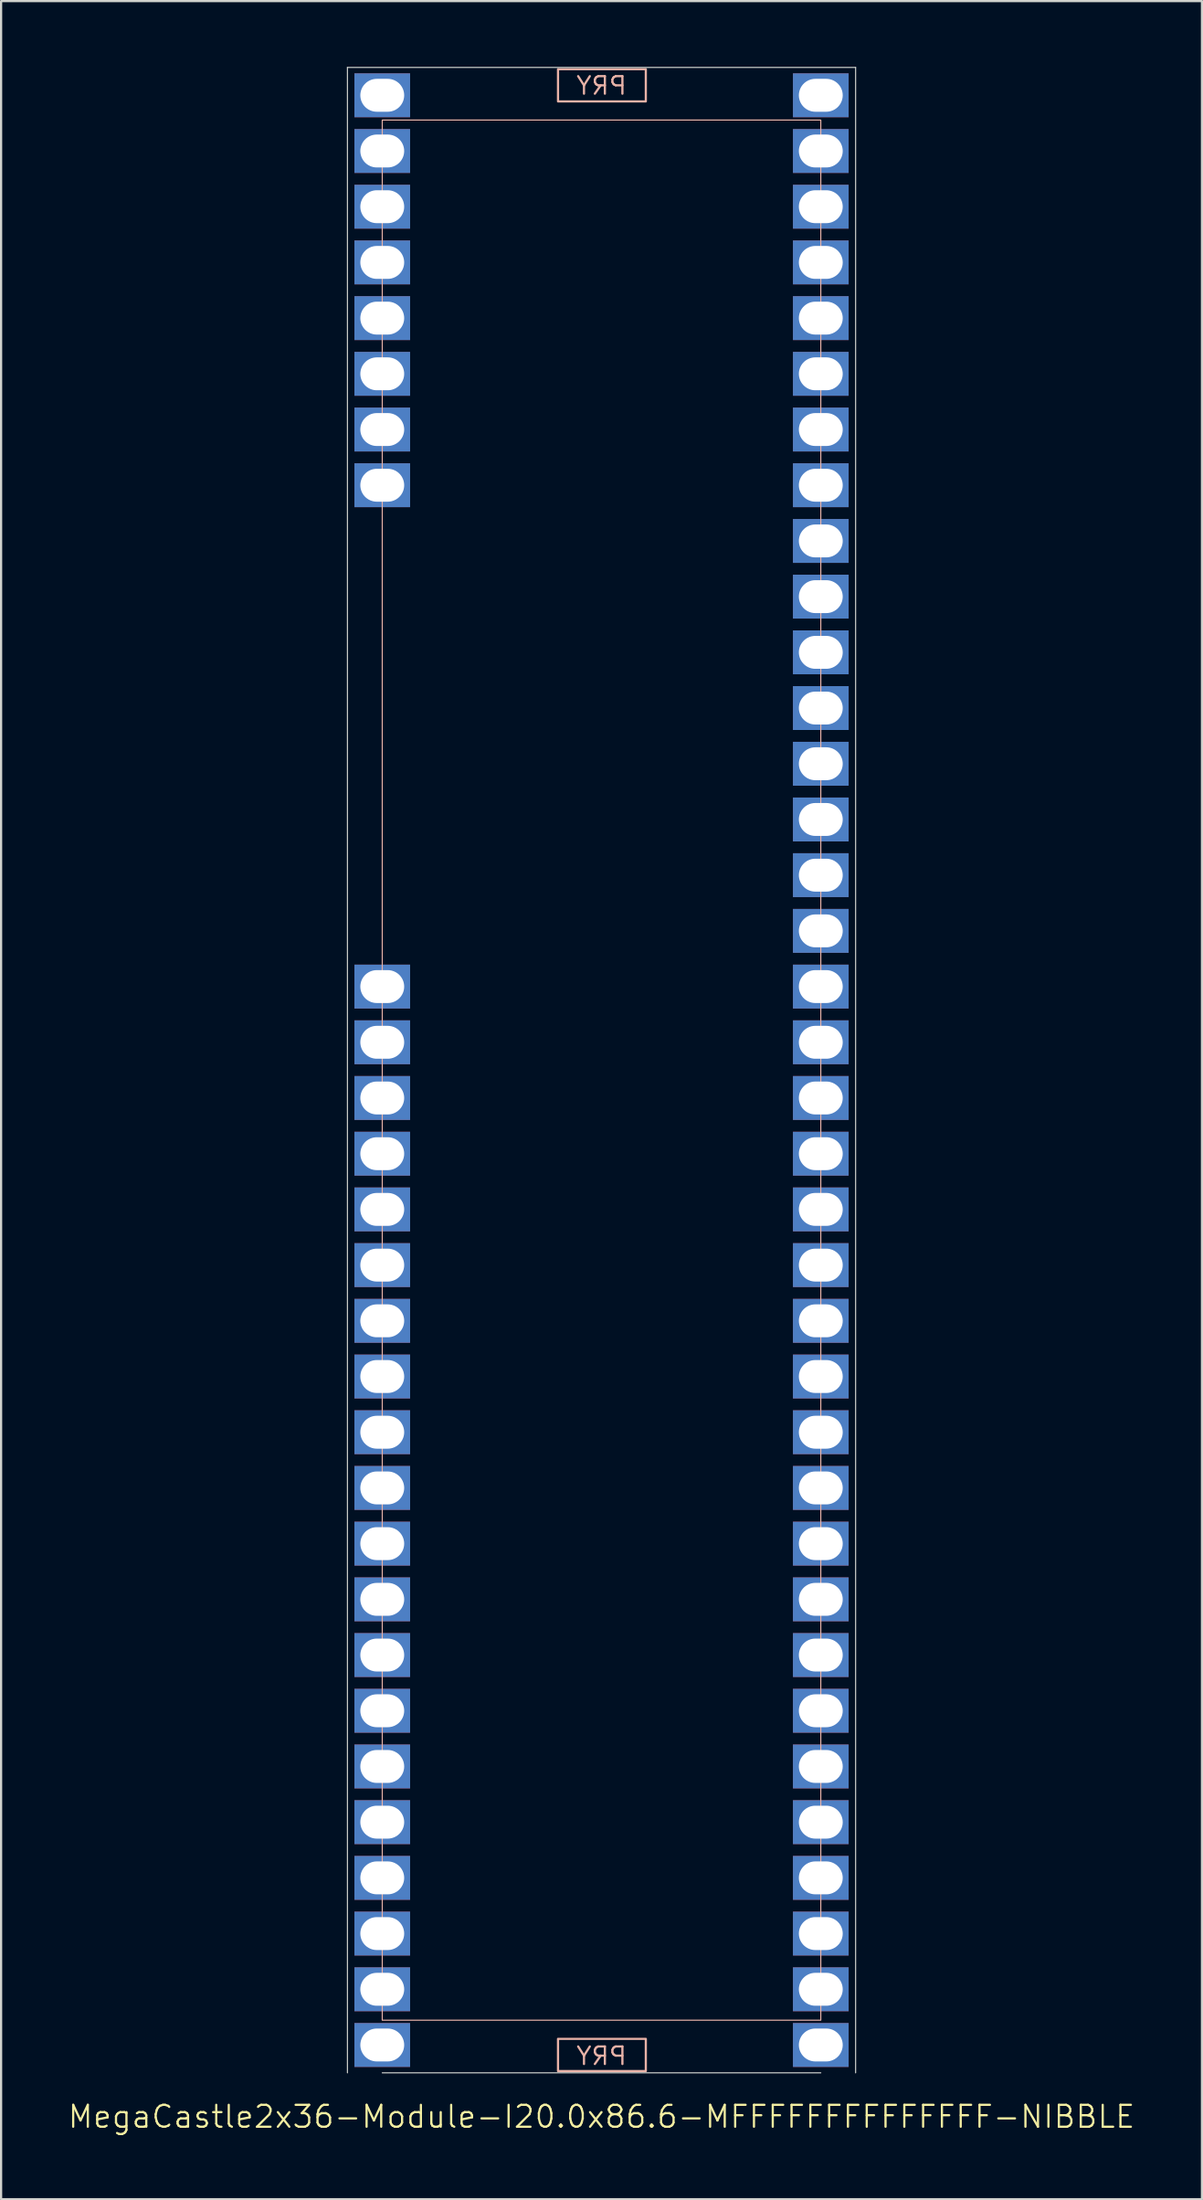
<source format=kicad_pcb>
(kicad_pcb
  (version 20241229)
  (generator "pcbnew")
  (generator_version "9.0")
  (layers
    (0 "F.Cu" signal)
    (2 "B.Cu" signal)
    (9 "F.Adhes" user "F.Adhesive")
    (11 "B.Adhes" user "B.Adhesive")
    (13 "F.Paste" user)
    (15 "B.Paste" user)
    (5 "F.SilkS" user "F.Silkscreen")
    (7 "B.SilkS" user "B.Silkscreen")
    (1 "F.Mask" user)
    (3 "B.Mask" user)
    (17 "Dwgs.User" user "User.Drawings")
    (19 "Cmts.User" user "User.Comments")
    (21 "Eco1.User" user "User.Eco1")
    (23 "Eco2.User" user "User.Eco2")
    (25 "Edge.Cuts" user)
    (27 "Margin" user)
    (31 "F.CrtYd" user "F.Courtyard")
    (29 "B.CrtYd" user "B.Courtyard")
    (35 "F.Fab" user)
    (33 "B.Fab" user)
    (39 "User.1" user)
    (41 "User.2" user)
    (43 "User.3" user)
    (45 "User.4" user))
  (footprint "MegaCastle2x36-Module-I20.0x86.6-MFFFFFFFFFFFFFF-NIBBLE"
    (layer "F.Cu")
    (at 24.383 45.745)
    (property "Reference" "MegaCastle2x36-Module-I20.0x86.6-MFFFFFFFFFFFFFF-NIBBLE" (at 0 47.72 0) (unlocked yes) (layer "F.SilkS") (effects (font (size 1 1) (thickness 0.1))))
    (attr smd)
    (fp_rect (start -10 43.32) (end 10 -43.32) (stroke (width 0.05) (type default)) (fill no) (layer "B.SilkS"))
    (fp_rect (start -1.984 -44.171) (end 2.02 -45.64) (stroke (width 0.1) (type default)) (fill no) (layer "B.SilkS"))
    (fp_rect (start -1.984 44.171) (end 2.02 45.64) (stroke (width 0.1) (type default)) (fill no) (layer "B.SilkS"))
    (fp_line (start -11.588 -45.72) (end -11.588 45.72) (stroke (width 0.05) (type default)) (layer "Edge.Cuts"))
    (fp_line (start -11.588 -45.72) (end 11.588 -45.72) (stroke (width 0.05) (type default)) (layer "Edge.Cuts"))
    (fp_line (start -10 45.72) (end 10 45.72) (stroke (width 0.05) (type default)) (layer "Edge.Cuts"))
    (fp_line (start 11.588 -45.72) (end 11.588 45.72) (stroke (width 0.05) (type default)) (layer "Edge.Cuts"))
    (fp_text user "PRY" (at 0 45.42 0) (unlocked yes) (layer "B.SilkS") (effects (font (size 0.8 0.8) (thickness 0.1)) (justify bottom mirror)))
    (fp_text user "PRY" (at 0 -44.42 0) (unlocked yes) (layer "B.SilkS") (effects (font (size 0.8 0.8) (thickness 0.1)) (justify bottom mirror)))
    (pad "1" thru_hole rect (at -10 -44.45) (size 2.54 2) (drill oval 2 1.5) (property pad_prop_castellated) (layers "*.Cu" "*.Mask"))
    (pad "2" thru_hole rect (at -10 -41.91) (size 2.54 2) (drill oval 2 1.5) (property pad_prop_castellated) (layers "*.Cu" "*.Mask"))
    (pad "3" thru_hole rect (at -10 -39.37) (size 2.54 2) (drill oval 2 1.5) (property pad_prop_castellated) (layers "*.Cu" "*.Mask"))
    (pad "4" thru_hole rect (at -10 -36.83) (size 2.54 2) (drill oval 2 1.5) (property pad_prop_castellated) (layers "*.Cu" "*.Mask"))
    (pad "5" thru_hole rect (at -10 -34.29) (size 2.54 2) (drill oval 2 1.5) (property pad_prop_castellated) (layers "*.Cu" "*.Mask"))
    (pad "6" thru_hole rect (at -10 -31.75) (size 2.54 2) (drill oval 2 1.5) (property pad_prop_castellated) (layers "*.Cu" "*.Mask"))
    (pad "7" thru_hole rect (at -10 -29.21) (size 2.54 2) (drill oval 2 1.5) (property pad_prop_castellated) (layers "*.Cu" "*.Mask"))
    (pad "8" thru_hole rect (at -10 -26.67) (size 2.54 2) (drill oval 2 1.5) (property pad_prop_castellated) (layers "*.Cu" "*.Mask"))
    (pad "17" thru_hole rect (at -10 -3.81) (size 2.54 2) (drill oval 2 1.5) (property pad_prop_castellated) (layers "*.Cu" "*.Mask"))
    (pad "18" thru_hole rect (at -10 -1.27) (size 2.54 2) (drill oval 2 1.5) (property pad_prop_castellated) (layers "*.Cu" "*.Mask"))
    (pad "19" thru_hole rect (at -10 1.27) (size 2.54 2) (drill oval 2 1.5) (property pad_prop_castellated) (layers "*.Cu" "*.Mask"))
    (pad "20" thru_hole rect (at -10 3.81) (size 2.54 2) (drill oval 2 1.5) (property pad_prop_castellated) (layers "*.Cu" "*.Mask"))
    (pad "21" thru_hole rect (at -10 6.35) (size 2.54 2) (drill oval 2 1.5) (property pad_prop_castellated) (layers "*.Cu" "*.Mask"))
    (pad "22" thru_hole rect (at -10 8.89) (size 2.54 2) (drill oval 2 1.5) (property pad_prop_castellated) (layers "*.Cu" "*.Mask"))
    (pad "23" thru_hole rect (at -10 11.43) (size 2.54 2) (drill oval 2 1.5) (property pad_prop_castellated) (layers "*.Cu" "*.Mask"))
    (pad "24" thru_hole rect (at -10 13.97) (size 2.54 2) (drill oval 2 1.5) (property pad_prop_castellated) (layers "*.Cu" "*.Mask"))
    (pad "25" thru_hole rect (at -10 16.51) (size 2.54 2) (drill oval 2 1.5) (property pad_prop_castellated) (layers "*.Cu" "*.Mask"))
    (pad "26" thru_hole rect (at -10 19.05) (size 2.54 2) (drill oval 2 1.5) (property pad_prop_castellated) (layers "*.Cu" "*.Mask"))
    (pad "27" thru_hole rect (at -10 21.59) (size 2.54 2) (drill oval 2 1.5) (property pad_prop_castellated) (layers "*.Cu" "*.Mask"))
    (pad "28" thru_hole rect (at -10 24.13) (size 2.54 2) (drill oval 2 1.5) (property pad_prop_castellated) (layers "*.Cu" "*.Mask"))
    (pad "29" thru_hole rect (at -10 26.67) (size 2.54 2) (drill oval 2 1.5) (property pad_prop_castellated) (layers "*.Cu" "*.Mask"))
    (pad "30" thru_hole rect (at -10 29.21) (size 2.54 2) (drill oval 2 1.5) (property pad_prop_castellated) (layers "*.Cu" "*.Mask"))
    (pad "31" thru_hole rect (at -10 31.75) (size 2.54 2) (drill oval 2 1.5) (property pad_prop_castellated) (layers "*.Cu" "*.Mask"))
    (pad "32" thru_hole rect (at -10 34.29) (size 2.54 2) (drill oval 2 1.5) (property pad_prop_castellated) (layers "*.Cu" "*.Mask"))
    (pad "33" thru_hole rect (at -10 36.83) (size 2.54 2) (drill oval 2 1.5) (property pad_prop_castellated) (layers "*.Cu" "*.Mask"))
    (pad "34" thru_hole rect (at -10 39.37) (size 2.54 2) (drill oval 2 1.5) (property pad_prop_castellated) (layers "*.Cu" "*.Mask"))
    (pad "35" thru_hole rect (at -10 41.91) (size 2.54 2) (drill oval 2 1.5) (property pad_prop_castellated) (layers "*.Cu" "*.Mask"))
    (pad "36" thru_hole rect (at -10 44.45) (size 2.54 2) (drill oval 2 1.5) (property pad_prop_castellated) (layers "*.Cu" "*.Mask"))
    (pad "37" thru_hole rect (at 10 -44.45) (size 2.54 2) (drill oval 2 1.5) (property pad_prop_castellated) (layers "*.Cu" "*.Mask"))
    (pad "38" thru_hole rect (at 10 -41.91) (size 2.54 2) (drill oval 2 1.5) (property pad_prop_castellated) (layers "*.Cu" "*.Mask"))
    (pad "39" thru_hole rect (at 10 -39.37) (size 2.54 2) (drill oval 2 1.5) (property pad_prop_castellated) (layers "*.Cu" "*.Mask"))
    (pad "40" thru_hole rect (at 10 -36.83) (size 2.54 2) (drill oval 2 1.5) (property pad_prop_castellated) (layers "*.Cu" "*.Mask"))
    (pad "41" thru_hole rect (at 10 -34.29) (size 2.54 2) (drill oval 2 1.5) (property pad_prop_castellated) (layers "*.Cu" "*.Mask"))
    (pad "42" thru_hole rect (at 10 -31.75) (size 2.54 2) (drill oval 2 1.5) (property pad_prop_castellated) (layers "*.Cu" "*.Mask"))
    (pad "43" thru_hole rect (at 10 -29.21) (size 2.54 2) (drill oval 2 1.5) (property pad_prop_castellated) (layers "*.Cu" "*.Mask"))
    (pad "44" thru_hole rect (at 10 -26.67) (size 2.54 2) (drill oval 2 1.5) (property pad_prop_castellated) (layers "*.Cu" "*.Mask"))
    (pad "45" thru_hole rect (at 10 -24.13) (size 2.54 2) (drill oval 2 1.5) (property pad_prop_castellated) (layers "*.Cu" "*.Mask"))
    (pad "46" thru_hole rect (at 10 -21.59) (size 2.54 2) (drill oval 2 1.5) (property pad_prop_castellated) (layers "*.Cu" "*.Mask"))
    (pad "47" thru_hole rect (at 10 -19.05) (size 2.54 2) (drill oval 2 1.5) (property pad_prop_castellated) (layers "*.Cu" "*.Mask"))
    (pad "48" thru_hole rect (at 10 -16.51) (size 2.54 2) (drill oval 2 1.5) (property pad_prop_castellated) (layers "*.Cu" "*.Mask"))
    (pad "49" thru_hole rect (at 10 -13.97) (size 2.54 2) (drill oval 2 1.5) (property pad_prop_castellated) (layers "*.Cu" "*.Mask"))
    (pad "50" thru_hole rect (at 10 -11.43) (size 2.54 2) (drill oval 2 1.5) (property pad_prop_castellated) (layers "*.Cu" "*.Mask"))
    (pad "51" thru_hole rect (at 10 -8.89) (size 2.54 2) (drill oval 2 1.5) (property pad_prop_castellated) (layers "*.Cu" "*.Mask"))
    (pad "52" thru_hole rect (at 10 -6.35) (size 2.54 2) (drill oval 2 1.5) (property pad_prop_castellated) (layers "*.Cu" "*.Mask"))
    (pad "53" thru_hole rect (at 10 -3.81) (size 2.54 2) (drill oval 2 1.5) (property pad_prop_castellated) (layers "*.Cu" "*.Mask"))
    (pad "54" thru_hole rect (at 10 -1.27) (size 2.54 2) (drill oval 2 1.5) (property pad_prop_castellated) (layers "*.Cu" "*.Mask"))
    (pad "55" thru_hole rect (at 10 1.27) (size 2.54 2) (drill oval 2 1.5) (property pad_prop_castellated) (layers "*.Cu" "*.Mask"))
    (pad "56" thru_hole rect (at 10 3.81) (size 2.54 2) (drill oval 2 1.5) (property pad_prop_castellated) (layers "*.Cu" "*.Mask"))
    (pad "57" thru_hole rect (at 10 6.35) (size 2.54 2) (drill oval 2 1.5) (property pad_prop_castellated) (layers "*.Cu" "*.Mask"))
    (pad "58" thru_hole rect (at 10 8.89) (size 2.54 2) (drill oval 2 1.5) (property pad_prop_castellated) (layers "*.Cu" "*.Mask"))
    (pad "59" thru_hole rect (at 10 11.43) (size 2.54 2) (drill oval 2 1.5) (property pad_prop_castellated) (layers "*.Cu" "*.Mask"))
    (pad "60" thru_hole rect (at 10 13.97) (size 2.54 2) (drill oval 2 1.5) (property pad_prop_castellated) (layers "*.Cu" "*.Mask"))
    (pad "61" thru_hole rect (at 10 16.51) (size 2.54 2) (drill oval 2 1.5) (property pad_prop_castellated) (layers "*.Cu" "*.Mask"))
    (pad "62" thru_hole rect (at 10 19.05) (size 2.54 2) (drill oval 2 1.5) (property pad_prop_castellated) (layers "*.Cu" "*.Mask"))
    (pad "63" thru_hole rect (at 10 21.59) (size 2.54 2) (drill oval 2 1.5) (property pad_prop_castellated) (layers "*.Cu" "*.Mask"))
    (pad "64" thru_hole rect (at 10 24.13) (size 2.54 2) (drill oval 2 1.5) (property pad_prop_castellated) (layers "*.Cu" "*.Mask"))
    (pad "65" thru_hole rect (at 10 26.67) (size 2.54 2) (drill oval 2 1.5) (property pad_prop_castellated) (layers "*.Cu" "*.Mask"))
    (pad "66" thru_hole rect (at 10 29.21) (size 2.54 2) (drill oval 2 1.5) (property pad_prop_castellated) (layers "*.Cu" "*.Mask"))
    (pad "67" thru_hole rect (at 10 31.75) (size 2.54 2) (drill oval 2 1.5) (property pad_prop_castellated) (layers "*.Cu" "*.Mask"))
    (pad "68" thru_hole rect (at 10 34.29) (size 2.54 2) (drill oval 2 1.5) (property pad_prop_castellated) (layers "*.Cu" "*.Mask"))
    (pad "69" thru_hole rect (at 10 36.83) (size 2.54 2) (drill oval 2 1.5) (property pad_prop_castellated) (layers "*.Cu" "*.Mask"))
    (pad "70" thru_hole rect (at 10 39.37) (size 2.54 2) (drill oval 2 1.5) (property pad_prop_castellated) (layers "*.Cu" "*.Mask"))
    (pad "71" thru_hole rect (at 10 41.91) (size 2.54 2) (drill oval 2 1.5) (property pad_prop_castellated) (layers "*.Cu" "*.Mask"))
    (pad "72" thru_hole rect (at 10 44.45) (size 2.54 2) (drill oval 2 1.5) (property pad_prop_castellated) (layers "*.Cu" "*.Mask"))
    (zone (net_name "") (layer "B.Cu") (hatch edge 0.5) (connect_pads) (min_thickness 0.25) (filled_areas_thickness no) (keepout (tracks allowed) (vias allowed) (pads allowed) (copperpour allowed) (footprints not_allowed)) (placement (enabled no)) (fill) (polygon (pts (xy 14.383 91.465) (xy 14.383 0.025))))
    (zone (net_name "") (layer "B.Cu") (hatch edge 0.5) (connect_pads) (min_thickness 0.25) (filled_areas_thickness no) (keepout (tracks allowed) (vias allowed) (pads allowed) (copperpour allowed) (footprints not_allowed)) (placement (enabled no)) (fill) (polygon (pts (xy 34.383 91.465) (xy 34.383 0.025))))
    (zone (net_name "") (layer "B.Cu") (hatch edge 0.5) (connect_pads) (min_thickness 0.25) (filled_areas_thickness no) (keepout (tracks allowed) (vias allowed) (pads allowed) (copperpour allowed) (footprints not_allowed)) (placement (enabled no)) (fill) (polygon (pts (xy 14.383 0.025) (xy 14.383 2.425) (xy 34.383 2.425) (xy 34.383 0.025))))
    (zone (net_name "") (layer "B.Cu") (hatch edge 0.5) (connect_pads) (min_thickness 0.25) (filled_areas_thickness no) (keepout (tracks allowed) (vias allowed) (pads allowed) (copperpour allowed) (footprints not_allowed)) (placement (enabled no)) (fill) (polygon (pts (xy 14.383 91.465) (xy 14.383 89.065) (xy 34.383 89.065) (xy 34.383 91.465))))
    (zone (net_name "") (layer "B.Cu") (name "Upper Pry Zone") (hatch edge 0.5) (connect_pads) (min_thickness 0.25) (filled_areas_thickness no) (keepout (tracks not_allowed) (vias not_allowed) (pads not_allowed) (copperpour allowed) (footprints not_allowed)) (placement (enabled no)) (fill) (polygon (pts (xy 22.399 1.574) (xy 22.399 0.105) (xy 26.403 0.105) (xy 26.403 1.574))))
    (zone (net_name "") (layer "B.Cu") (name "Upper Pry Zone") (hatch edge 0.5) (connect_pads) (min_thickness 0.25) (filled_areas_thickness no) (keepout (tracks not_allowed) (vias not_allowed) (pads not_allowed) (copperpour allowed) (footprints not_allowed)) (placement (enabled no)) (fill) (polygon (pts (xy 22.399 89.916) (xy 22.399 91.385) (xy 26.403 91.385) (xy 26.403 89.916)))))
  (gr_rect
    (start -3 -3)
    (end 51.767 97.226)
    (stroke (width 0.1) (type default))
    (fill no)
    (layer "Edge.Cuts")))
</source>
